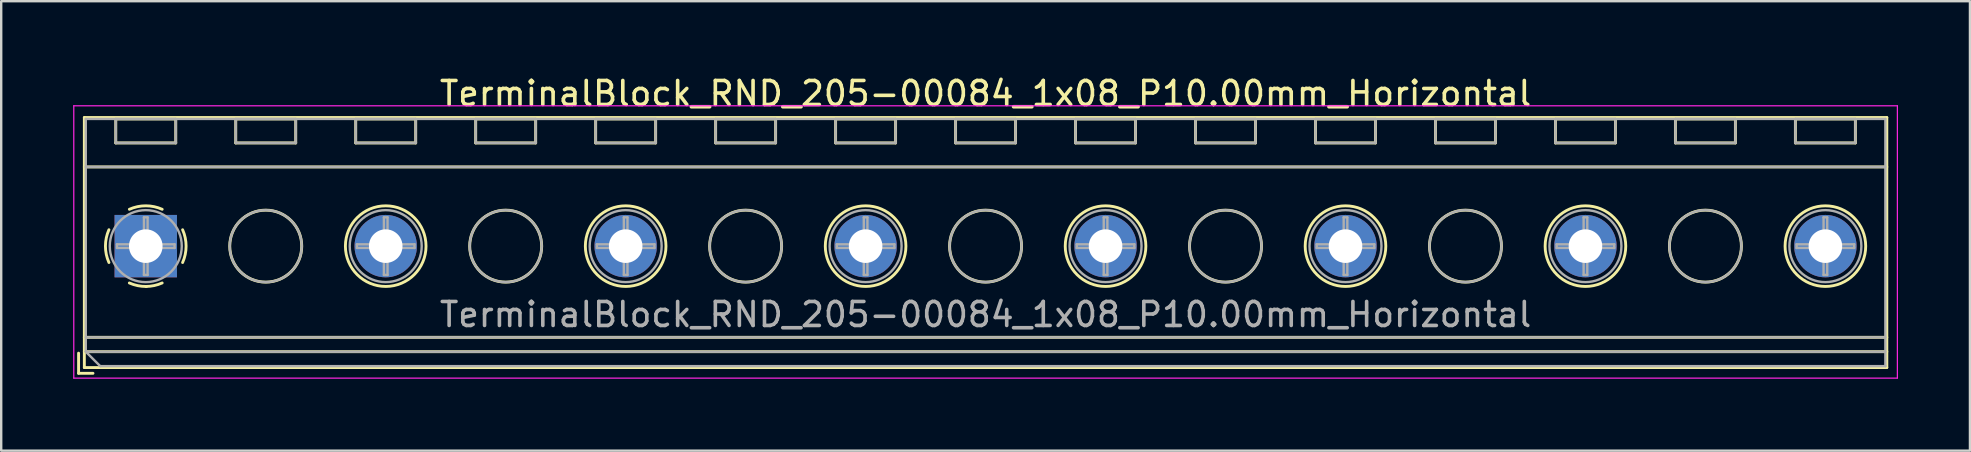
<source format=kicad_pcb>
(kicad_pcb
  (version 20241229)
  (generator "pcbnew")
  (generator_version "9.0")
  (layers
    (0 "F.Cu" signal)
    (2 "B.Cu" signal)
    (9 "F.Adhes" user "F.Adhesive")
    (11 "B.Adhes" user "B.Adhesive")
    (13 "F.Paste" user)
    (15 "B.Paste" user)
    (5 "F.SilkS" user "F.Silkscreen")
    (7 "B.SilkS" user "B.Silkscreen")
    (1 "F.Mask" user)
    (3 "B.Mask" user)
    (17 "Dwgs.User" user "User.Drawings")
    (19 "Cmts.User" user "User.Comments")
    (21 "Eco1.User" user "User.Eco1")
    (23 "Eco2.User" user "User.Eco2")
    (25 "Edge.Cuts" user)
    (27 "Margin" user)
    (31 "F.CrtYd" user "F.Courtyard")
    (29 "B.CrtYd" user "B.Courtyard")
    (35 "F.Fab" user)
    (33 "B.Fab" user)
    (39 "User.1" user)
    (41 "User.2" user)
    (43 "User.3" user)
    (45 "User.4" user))
  (footprint "TerminalBlock_RND_205-00084_1x08_P10.00mm_Horizontal"
    (layer "F.Cu")
    (at 3.025 7.208)
    (property "Reference" "TerminalBlock_RND_205-00084_1x08_P10.00mm_Horizontal" (at 35 -6.36 0) (layer "F.SilkS") (effects (font (size 1 1) (thickness 0.15))))
    (attr through_hole)
    (fp_line (start -2.8 4.46) (end -2.8 5.3) (stroke (width 0.12) (type solid)) (layer "F.SilkS"))
    (fp_line (start -2.8 5.3) (end -2.2 5.3) (stroke (width 0.12) (type solid)) (layer "F.SilkS"))
    (fp_line (start -2.56 -5.36) (end -2.56 5.06) (stroke (width 0.12) (type solid)) (layer "F.SilkS"))
    (fp_line (start -2.56 -5.36) (end 72.56 -5.36) (stroke (width 0.12) (type solid)) (layer "F.SilkS"))
    (fp_line (start -2.56 -3.301) (end 72.56 -3.301) (stroke (width 0.12) (type solid)) (layer "F.SilkS"))
    (fp_line (start -2.56 3.8) (end 72.56 3.8) (stroke (width 0.12) (type solid)) (layer "F.SilkS"))
    (fp_line (start -2.56 4.4) (end 72.56 4.4) (stroke (width 0.12) (type solid)) (layer "F.SilkS"))
    (fp_line (start -2.56 5.06) (end 72.56 5.06) (stroke (width 0.12) (type solid)) (layer "F.SilkS"))
    (fp_line (start -1.25 -5.301) (end -1.25 -4.301) (stroke (width 0.12) (type solid)) (layer "F.SilkS"))
    (fp_line (start -1.25 -5.301) (end 1.25 -5.301) (stroke (width 0.12) (type solid)) (layer "F.SilkS"))
    (fp_line (start -1.25 -4.301) (end 1.25 -4.301) (stroke (width 0.12) (type solid)) (layer "F.SilkS"))
    (fp_line (start 1.25 -5.301) (end 1.25 -4.301) (stroke (width 0.12) (type solid)) (layer "F.SilkS"))
    (fp_line (start 3.75 -5.301) (end 3.75 -4.301) (stroke (width 0.12) (type solid)) (layer "F.SilkS"))
    (fp_line (start 3.75 -5.301) (end 6.25 -5.301) (stroke (width 0.12) (type solid)) (layer "F.SilkS"))
    (fp_line (start 3.75 -4.301) (end 6.25 -4.301) (stroke (width 0.12) (type solid)) (layer "F.SilkS"))
    (fp_line (start 6.25 -5.301) (end 6.25 -4.301) (stroke (width 0.12) (type solid)) (layer "F.SilkS"))
    (fp_line (start 8.75 -5.301) (end 8.75 -4.301) (stroke (width 0.12) (type solid)) (layer "F.SilkS"))
    (fp_line (start 8.75 -5.301) (end 11.25 -5.301) (stroke (width 0.12) (type solid)) (layer "F.SilkS"))
    (fp_line (start 8.75 -4.301) (end 11.25 -4.301) (stroke (width 0.12) (type solid)) (layer "F.SilkS"))
    (fp_line (start 11.25 -5.301) (end 11.25 -4.301) (stroke (width 0.12) (type solid)) (layer "F.SilkS"))
    (fp_line (start 13.75 -5.301) (end 13.75 -4.301) (stroke (width 0.12) (type solid)) (layer "F.SilkS"))
    (fp_line (start 13.75 -5.301) (end 16.25 -5.301) (stroke (width 0.12) (type solid)) (layer "F.SilkS"))
    (fp_line (start 13.75 -4.301) (end 16.25 -4.301) (stroke (width 0.12) (type solid)) (layer "F.SilkS"))
    (fp_line (start 16.25 -5.301) (end 16.25 -4.301) (stroke (width 0.12) (type solid)) (layer "F.SilkS"))
    (fp_line (start 18.75 -5.301) (end 18.75 -4.301) (stroke (width 0.12) (type solid)) (layer "F.SilkS"))
    (fp_line (start 18.75 -5.301) (end 21.25 -5.301) (stroke (width 0.12) (type solid)) (layer "F.SilkS"))
    (fp_line (start 18.75 -4.301) (end 21.25 -4.301) (stroke (width 0.12) (type solid)) (layer "F.SilkS"))
    (fp_line (start 21.25 -5.301) (end 21.25 -4.301) (stroke (width 0.12) (type solid)) (layer "F.SilkS"))
    (fp_line (start 23.75 -5.301) (end 23.75 -4.301) (stroke (width 0.12) (type solid)) (layer "F.SilkS"))
    (fp_line (start 23.75 -5.301) (end 26.25 -5.301) (stroke (width 0.12) (type solid)) (layer "F.SilkS"))
    (fp_line (start 23.75 -4.301) (end 26.25 -4.301) (stroke (width 0.12) (type solid)) (layer "F.SilkS"))
    (fp_line (start 26.25 -5.301) (end 26.25 -4.301) (stroke (width 0.12) (type solid)) (layer "F.SilkS"))
    (fp_line (start 28.75 -5.301) (end 28.75 -4.301) (stroke (width 0.12) (type solid)) (layer "F.SilkS"))
    (fp_line (start 28.75 -5.301) (end 31.25 -5.301) (stroke (width 0.12) (type solid)) (layer "F.SilkS"))
    (fp_line (start 28.75 -4.301) (end 31.25 -4.301) (stroke (width 0.12) (type solid)) (layer "F.SilkS"))
    (fp_line (start 31.25 -5.301) (end 31.25 -4.301) (stroke (width 0.12) (type solid)) (layer "F.SilkS"))
    (fp_line (start 33.75 -5.301) (end 33.75 -4.301) (stroke (width 0.12) (type solid)) (layer "F.SilkS"))
    (fp_line (start 33.75 -5.301) (end 36.25 -5.301) (stroke (width 0.12) (type solid)) (layer "F.SilkS"))
    (fp_line (start 33.75 -4.301) (end 36.25 -4.301) (stroke (width 0.12) (type solid)) (layer "F.SilkS"))
    (fp_line (start 36.25 -5.301) (end 36.25 -4.301) (stroke (width 0.12) (type solid)) (layer "F.SilkS"))
    (fp_line (start 38.75 -5.301) (end 38.75 -4.301) (stroke (width 0.12) (type solid)) (layer "F.SilkS"))
    (fp_line (start 38.75 -5.301) (end 41.25 -5.301) (stroke (width 0.12) (type solid)) (layer "F.SilkS"))
    (fp_line (start 38.75 -4.301) (end 41.25 -4.301) (stroke (width 0.12) (type solid)) (layer "F.SilkS"))
    (fp_line (start 41.25 -5.301) (end 41.25 -4.301) (stroke (width 0.12) (type solid)) (layer "F.SilkS"))
    (fp_line (start 43.75 -5.301) (end 43.75 -4.301) (stroke (width 0.12) (type solid)) (layer "F.SilkS"))
    (fp_line (start 43.75 -5.301) (end 46.25 -5.301) (stroke (width 0.12) (type solid)) (layer "F.SilkS"))
    (fp_line (start 43.75 -4.301) (end 46.25 -4.301) (stroke (width 0.12) (type solid)) (layer "F.SilkS"))
    (fp_line (start 46.25 -5.301) (end 46.25 -4.301) (stroke (width 0.12) (type solid)) (layer "F.SilkS"))
    (fp_line (start 48.75 -5.301) (end 48.75 -4.301) (stroke (width 0.12) (type solid)) (layer "F.SilkS"))
    (fp_line (start 48.75 -5.301) (end 51.25 -5.301) (stroke (width 0.12) (type solid)) (layer "F.SilkS"))
    (fp_line (start 48.75 -4.301) (end 51.25 -4.301) (stroke (width 0.12) (type solid)) (layer "F.SilkS"))
    (fp_line (start 51.25 -5.301) (end 51.25 -4.301) (stroke (width 0.12) (type solid)) (layer "F.SilkS"))
    (fp_line (start 53.75 -5.301) (end 53.75 -4.301) (stroke (width 0.12) (type solid)) (layer "F.SilkS"))
    (fp_line (start 53.75 -5.301) (end 56.25 -5.301) (stroke (width 0.12) (type solid)) (layer "F.SilkS"))
    (fp_line (start 53.75 -4.301) (end 56.25 -4.301) (stroke (width 0.12) (type solid)) (layer "F.SilkS"))
    (fp_line (start 56.25 -5.301) (end 56.25 -4.301) (stroke (width 0.12) (type solid)) (layer "F.SilkS"))
    (fp_line (start 58.75 -5.301) (end 58.75 -4.301) (stroke (width 0.12) (type solid)) (layer "F.SilkS"))
    (fp_line (start 58.75 -5.301) (end 61.25 -5.301) (stroke (width 0.12) (type solid)) (layer "F.SilkS"))
    (fp_line (start 58.75 -4.301) (end 61.25 -4.301) (stroke (width 0.12) (type solid)) (layer "F.SilkS"))
    (fp_line (start 61.25 -5.301) (end 61.25 -4.301) (stroke (width 0.12) (type solid)) (layer "F.SilkS"))
    (fp_line (start 63.75 -5.301) (end 63.75 -4.301) (stroke (width 0.12) (type solid)) (layer "F.SilkS"))
    (fp_line (start 63.75 -5.301) (end 66.25 -5.301) (stroke (width 0.12) (type solid)) (layer "F.SilkS"))
    (fp_line (start 63.75 -4.301) (end 66.25 -4.301) (stroke (width 0.12) (type solid)) (layer "F.SilkS"))
    (fp_line (start 66.25 -5.301) (end 66.25 -4.301) (stroke (width 0.12) (type solid)) (layer "F.SilkS"))
    (fp_line (start 68.75 -5.301) (end 68.75 -4.301) (stroke (width 0.12) (type solid)) (layer "F.SilkS"))
    (fp_line (start 68.75 -5.301) (end 71.25 -5.301) (stroke (width 0.12) (type solid)) (layer "F.SilkS"))
    (fp_line (start 68.75 -4.301) (end 71.25 -4.301) (stroke (width 0.12) (type solid)) (layer "F.SilkS"))
    (fp_line (start 71.25 -5.301) (end 71.25 -4.301) (stroke (width 0.12) (type solid)) (layer "F.SilkS"))
    (fp_line (start 72.56 -5.36) (end 72.56 5.06) (stroke (width 0.12) (type solid)) (layer "F.SilkS"))
    (fp_arc (start -1.535427 0.683042) (mid -1.680501 -0.000524) (end -1.535 -0.684) (stroke (width 0.12) (type solid)) (layer "F.SilkS"))
    (fp_arc (start -0.683042 -1.535427) (mid 0.000524 -1.680501) (end 0.684 -1.535) (stroke (width 0.12) (type solid)) (layer "F.SilkS"))
    (fp_arc (start 0.028805 1.680253) (mid -0.335551 1.646659) (end -0.684 1.535) (stroke (width 0.12) (type solid)) (layer "F.SilkS"))
    (fp_arc (start 0.683318 1.534756) (mid 0.349292 1.643288) (end 0 1.68) (stroke (width 0.12) (type solid)) (layer "F.SilkS"))
    (fp_arc (start 1.535427 -0.683042) (mid 1.680501 0.000524) (end 1.535 0.684) (stroke (width 0.12) (type solid)) (layer "F.SilkS"))
    (fp_circle (center 5 0) (end 6.5 0) (stroke (width 0.12) (type solid)) (fill no) (layer "F.SilkS"))
    (fp_circle (center 10 0) (end 11.68 0) (stroke (width 0.12) (type solid)) (fill no) (layer "F.SilkS"))
    (fp_circle (center 15 0) (end 16.5 0) (stroke (width 0.12) (type solid)) (fill no) (layer "F.SilkS"))
    (fp_circle (center 20 0) (end 21.68 0) (stroke (width 0.12) (type solid)) (fill no) (layer "F.SilkS"))
    (fp_circle (center 25 0) (end 26.5 0) (stroke (width 0.12) (type solid)) (fill no) (layer "F.SilkS"))
    (fp_circle (center 30 0) (end 31.68 0) (stroke (width 0.12) (type solid)) (fill no) (layer "F.SilkS"))
    (fp_circle (center 35 0) (end 36.5 0) (stroke (width 0.12) (type solid)) (fill no) (layer "F.SilkS"))
    (fp_circle (center 40 0) (end 41.68 0) (stroke (width 0.12) (type solid)) (fill no) (layer "F.SilkS"))
    (fp_circle (center 45 0) (end 46.5 0) (stroke (width 0.12) (type solid)) (fill no) (layer "F.SilkS"))
    (fp_circle (center 50 0) (end 51.68 0) (stroke (width 0.12) (type solid)) (fill no) (layer "F.SilkS"))
    (fp_circle (center 55 0) (end 56.5 0) (stroke (width 0.12) (type solid)) (fill no) (layer "F.SilkS"))
    (fp_circle (center 60 0) (end 61.68 0) (stroke (width 0.12) (type solid)) (fill no) (layer "F.SilkS"))
    (fp_circle (center 65 0) (end 66.5 0) (stroke (width 0.12) (type solid)) (fill no) (layer "F.SilkS"))
    (fp_circle (center 70 0) (end 71.68 0) (stroke (width 0.12) (type solid)) (fill no) (layer "F.SilkS"))
    (fp_line (start -3 -5.85) (end -3 5.5) (stroke (width 0.05) (type solid)) (layer "F.CrtYd"))
    (fp_line (start -3 5.5) (end 73 5.5) (stroke (width 0.05) (type solid)) (layer "F.CrtYd"))
    (fp_line (start 73 -5.85) (end -3 -5.85) (stroke (width 0.05) (type solid)) (layer "F.CrtYd"))
    (fp_line (start 73 5.5) (end 73 -5.85) (stroke (width 0.05) (type solid)) (layer "F.CrtYd"))
    (fp_line (start -2.5 -5.3) (end 72.5 -5.3) (stroke (width 0.1) (type solid)) (layer "F.Fab"))
    (fp_line (start -2.5 -3.3) (end 72.5 -3.3) (stroke (width 0.1) (type solid)) (layer "F.Fab"))
    (fp_line (start -2.5 3.8) (end 72.5 3.8) (stroke (width 0.1) (type solid)) (layer "F.Fab"))
    (fp_line (start -2.5 4.4) (end -2.5 -5.3) (stroke (width 0.1) (type solid)) (layer "F.Fab"))
    (fp_line (start -2.5 4.4) (end 72.5 4.4) (stroke (width 0.1) (type solid)) (layer "F.Fab"))
    (fp_line (start -1.9 5) (end -2.5 4.4) (stroke (width 0.1) (type solid)) (layer "F.Fab"))
    (fp_line (start -1.25 -5.3) (end -1.25 -4.3) (stroke (width 0.1) (type solid)) (layer "F.Fab"))
    (fp_line (start -1.25 -4.3) (end 1.25 -4.3) (stroke (width 0.1) (type solid)) (layer "F.Fab"))
    (fp_line (start -1.201 -0.076) (end -0.076 -0.076) (stroke (width 0.1) (type solid)) (layer "F.Fab"))
    (fp_line (start -1.201 0.076) (end -1.201 -0.076) (stroke (width 0.1) (type solid)) (layer "F.Fab"))
    (fp_line (start -0.076 -1.201) (end 0.076 -1.201) (stroke (width 0.1) (type solid)) (layer "F.Fab"))
    (fp_line (start -0.076 -0.076) (end -0.076 -1.201) (stroke (width 0.1) (type solid)) (layer "F.Fab"))
    (fp_line (start -0.076 0.076) (end -1.201 0.076) (stroke (width 0.1) (type solid)) (layer "F.Fab"))
    (fp_line (start -0.076 1.201) (end -0.076 0.076) (stroke (width 0.1) (type solid)) (layer "F.Fab"))
    (fp_line (start 0.076 -1.201) (end 0.076 -0.076) (stroke (width 0.1) (type solid)) (layer "F.Fab"))
    (fp_line (start 0.076 -0.076) (end 1.201 -0.076) (stroke (width 0.1) (type solid)) (layer "F.Fab"))
    (fp_line (start 0.076 0.076) (end 0.076 1.201) (stroke (width 0.1) (type solid)) (layer "F.Fab"))
    (fp_line (start 0.076 1.201) (end -0.076 1.201) (stroke (width 0.1) (type solid)) (layer "F.Fab"))
    (fp_line (start 1.201 -0.076) (end 1.201 0.076) (stroke (width 0.1) (type solid)) (layer "F.Fab"))
    (fp_line (start 1.201 0.076) (end 0.076 0.076) (stroke (width 0.1) (type solid)) (layer "F.Fab"))
    (fp_line (start 1.25 -5.3) (end -1.25 -5.3) (stroke (width 0.1) (type solid)) (layer "F.Fab"))
    (fp_line (start 1.25 -4.3) (end 1.25 -5.3) (stroke (width 0.1) (type solid)) (layer "F.Fab"))
    (fp_line (start 3.75 -5.3) (end 3.75 -4.3) (stroke (width 0.1) (type solid)) (layer "F.Fab"))
    (fp_line (start 3.75 -4.3) (end 6.25 -4.3) (stroke (width 0.1) (type solid)) (layer "F.Fab"))
    (fp_line (start 6.25 -5.3) (end 3.75 -5.3) (stroke (width 0.1) (type solid)) (layer "F.Fab"))
    (fp_line (start 6.25 -4.3) (end 6.25 -5.3) (stroke (width 0.1) (type solid)) (layer "F.Fab"))
    (fp_line (start 8.75 -5.3) (end 8.75 -4.3) (stroke (width 0.1) (type solid)) (layer "F.Fab"))
    (fp_line (start 8.75 -4.3) (end 11.25 -4.3) (stroke (width 0.1) (type solid)) (layer "F.Fab"))
    (fp_line (start 8.799 -0.076) (end 9.924 -0.076) (stroke (width 0.1) (type solid)) (layer "F.Fab"))
    (fp_line (start 8.799 0.076) (end 8.799 -0.076) (stroke (width 0.1) (type solid)) (layer "F.Fab"))
    (fp_line (start 9.924 -1.201) (end 10.076 -1.201) (stroke (width 0.1) (type solid)) (layer "F.Fab"))
    (fp_line (start 9.924 -0.076) (end 9.924 -1.201) (stroke (width 0.1) (type solid)) (layer "F.Fab"))
    (fp_line (start 9.924 0.076) (end 8.799 0.076) (stroke (width 0.1) (type solid)) (layer "F.Fab"))
    (fp_line (start 9.924 1.201) (end 9.924 0.076) (stroke (width 0.1) (type solid)) (layer "F.Fab"))
    (fp_line (start 10.076 -1.201) (end 10.076 -0.076) (stroke (width 0.1) (type solid)) (layer "F.Fab"))
    (fp_line (start 10.076 -0.076) (end 11.201 -0.076) (stroke (width 0.1) (type solid)) (layer "F.Fab"))
    (fp_line (start 10.076 0.076) (end 10.076 1.201) (stroke (width 0.1) (type solid)) (layer "F.Fab"))
    (fp_line (start 10.076 1.201) (end 9.924 1.201) (stroke (width 0.1) (type solid)) (layer "F.Fab"))
    (fp_line (start 11.201 -0.076) (end 11.201 0.076) (stroke (width 0.1) (type solid)) (layer "F.Fab"))
    (fp_line (start 11.201 0.076) (end 10.076 0.076) (stroke (width 0.1) (type solid)) (layer "F.Fab"))
    (fp_line (start 11.25 -5.3) (end 8.75 -5.3) (stroke (width 0.1) (type solid)) (layer "F.Fab"))
    (fp_line (start 11.25 -4.3) (end 11.25 -5.3) (stroke (width 0.1) (type solid)) (layer "F.Fab"))
    (fp_line (start 13.75 -5.3) (end 13.75 -4.3) (stroke (width 0.1) (type solid)) (layer "F.Fab"))
    (fp_line (start 13.75 -4.3) (end 16.25 -4.3) (stroke (width 0.1) (type solid)) (layer "F.Fab"))
    (fp_line (start 16.25 -5.3) (end 13.75 -5.3) (stroke (width 0.1) (type solid)) (layer "F.Fab"))
    (fp_line (start 16.25 -4.3) (end 16.25 -5.3) (stroke (width 0.1) (type solid)) (layer "F.Fab"))
    (fp_line (start 18.75 -5.3) (end 18.75 -4.3) (stroke (width 0.1) (type solid)) (layer "F.Fab"))
    (fp_line (start 18.75 -4.3) (end 21.25 -4.3) (stroke (width 0.1) (type solid)) (layer "F.Fab"))
    (fp_line (start 18.799 -0.076) (end 19.924 -0.076) (stroke (width 0.1) (type solid)) (layer "F.Fab"))
    (fp_line (start 18.799 0.076) (end 18.799 -0.076) (stroke (width 0.1) (type solid)) (layer "F.Fab"))
    (fp_line (start 19.924 -1.201) (end 20.076 -1.201) (stroke (width 0.1) (type solid)) (layer "F.Fab"))
    (fp_line (start 19.924 -0.076) (end 19.924 -1.201) (stroke (width 0.1) (type solid)) (layer "F.Fab"))
    (fp_line (start 19.924 0.076) (end 18.799 0.076) (stroke (width 0.1) (type solid)) (layer "F.Fab"))
    (fp_line (start 19.924 1.201) (end 19.924 0.076) (stroke (width 0.1) (type solid)) (layer "F.Fab"))
    (fp_line (start 20.076 -1.201) (end 20.076 -0.076) (stroke (width 0.1) (type solid)) (layer "F.Fab"))
    (fp_line (start 20.076 -0.076) (end 21.201 -0.076) (stroke (width 0.1) (type solid)) (layer "F.Fab"))
    (fp_line (start 20.076 0.076) (end 20.076 1.201) (stroke (width 0.1) (type solid)) (layer "F.Fab"))
    (fp_line (start 20.076 1.201) (end 19.924 1.201) (stroke (width 0.1) (type solid)) (layer "F.Fab"))
    (fp_line (start 21.201 -0.076) (end 21.201 0.076) (stroke (width 0.1) (type solid)) (layer "F.Fab"))
    (fp_line (start 21.201 0.076) (end 20.076 0.076) (stroke (width 0.1) (type solid)) (layer "F.Fab"))
    (fp_line (start 21.25 -5.3) (end 18.75 -5.3) (stroke (width 0.1) (type solid)) (layer "F.Fab"))
    (fp_line (start 21.25 -4.3) (end 21.25 -5.3) (stroke (width 0.1) (type solid)) (layer "F.Fab"))
    (fp_line (start 23.75 -5.3) (end 23.75 -4.3) (stroke (width 0.1) (type solid)) (layer "F.Fab"))
    (fp_line (start 23.75 -4.3) (end 26.25 -4.3) (stroke (width 0.1) (type solid)) (layer "F.Fab"))
    (fp_line (start 26.25 -5.3) (end 23.75 -5.3) (stroke (width 0.1) (type solid)) (layer "F.Fab"))
    (fp_line (start 26.25 -4.3) (end 26.25 -5.3) (stroke (width 0.1) (type solid)) (layer "F.Fab"))
    (fp_line (start 28.75 -5.3) (end 28.75 -4.3) (stroke (width 0.1) (type solid)) (layer "F.Fab"))
    (fp_line (start 28.75 -4.3) (end 31.25 -4.3) (stroke (width 0.1) (type solid)) (layer "F.Fab"))
    (fp_line (start 28.799 -0.076) (end 29.924 -0.076) (stroke (width 0.1) (type solid)) (layer "F.Fab"))
    (fp_line (start 28.799 0.076) (end 28.799 -0.076) (stroke (width 0.1) (type solid)) (layer "F.Fab"))
    (fp_line (start 29.924 -1.201) (end 30.076 -1.201) (stroke (width 0.1) (type solid)) (layer "F.Fab"))
    (fp_line (start 29.924 -0.076) (end 29.924 -1.201) (stroke (width 0.1) (type solid)) (layer "F.Fab"))
    (fp_line (start 29.924 0.076) (end 28.799 0.076) (stroke (width 0.1) (type solid)) (layer "F.Fab"))
    (fp_line (start 29.924 1.201) (end 29.924 0.076) (stroke (width 0.1) (type solid)) (layer "F.Fab"))
    (fp_line (start 30.076 -1.201) (end 30.076 -0.076) (stroke (width 0.1) (type solid)) (layer "F.Fab"))
    (fp_line (start 30.076 -0.076) (end 31.201 -0.076) (stroke (width 0.1) (type solid)) (layer "F.Fab"))
    (fp_line (start 30.076 0.076) (end 30.076 1.201) (stroke (width 0.1) (type solid)) (layer "F.Fab"))
    (fp_line (start 30.076 1.201) (end 29.924 1.201) (stroke (width 0.1) (type solid)) (layer "F.Fab"))
    (fp_line (start 31.201 -0.076) (end 31.201 0.076) (stroke (width 0.1) (type solid)) (layer "F.Fab"))
    (fp_line (start 31.201 0.076) (end 30.076 0.076) (stroke (width 0.1) (type solid)) (layer "F.Fab"))
    (fp_line (start 31.25 -5.3) (end 28.75 -5.3) (stroke (width 0.1) (type solid)) (layer "F.Fab"))
    (fp_line (start 31.25 -4.3) (end 31.25 -5.3) (stroke (width 0.1) (type solid)) (layer "F.Fab"))
    (fp_line (start 33.75 -5.3) (end 33.75 -4.3) (stroke (width 0.1) (type solid)) (layer "F.Fab"))
    (fp_line (start 33.75 -4.3) (end 36.25 -4.3) (stroke (width 0.1) (type solid)) (layer "F.Fab"))
    (fp_line (start 36.25 -5.3) (end 33.75 -5.3) (stroke (width 0.1) (type solid)) (layer "F.Fab"))
    (fp_line (start 36.25 -4.3) (end 36.25 -5.3) (stroke (width 0.1) (type solid)) (layer "F.Fab"))
    (fp_line (start 38.75 -5.3) (end 38.75 -4.3) (stroke (width 0.1) (type solid)) (layer "F.Fab"))
    (fp_line (start 38.75 -4.3) (end 41.25 -4.3) (stroke (width 0.1) (type solid)) (layer "F.Fab"))
    (fp_line (start 38.799 -0.076) (end 39.924 -0.076) (stroke (width 0.1) (type solid)) (layer "F.Fab"))
    (fp_line (start 38.799 0.076) (end 38.799 -0.076) (stroke (width 0.1) (type solid)) (layer "F.Fab"))
    (fp_line (start 39.924 -1.201) (end 40.076 -1.201) (stroke (width 0.1) (type solid)) (layer "F.Fab"))
    (fp_line (start 39.924 -0.076) (end 39.924 -1.201) (stroke (width 0.1) (type solid)) (layer "F.Fab"))
    (fp_line (start 39.924 0.076) (end 38.799 0.076) (stroke (width 0.1) (type solid)) (layer "F.Fab"))
    (fp_line (start 39.924 1.201) (end 39.924 0.076) (stroke (width 0.1) (type solid)) (layer "F.Fab"))
    (fp_line (start 40.076 -1.201) (end 40.076 -0.076) (stroke (width 0.1) (type solid)) (layer "F.Fab"))
    (fp_line (start 40.076 -0.076) (end 41.201 -0.076) (stroke (width 0.1) (type solid)) (layer "F.Fab"))
    (fp_line (start 40.076 0.076) (end 40.076 1.201) (stroke (width 0.1) (type solid)) (layer "F.Fab"))
    (fp_line (start 40.076 1.201) (end 39.924 1.201) (stroke (width 0.1) (type solid)) (layer "F.Fab"))
    (fp_line (start 41.201 -0.076) (end 41.201 0.076) (stroke (width 0.1) (type solid)) (layer "F.Fab"))
    (fp_line (start 41.201 0.076) (end 40.076 0.076) (stroke (width 0.1) (type solid)) (layer "F.Fab"))
    (fp_line (start 41.25 -5.3) (end 38.75 -5.3) (stroke (width 0.1) (type solid)) (layer "F.Fab"))
    (fp_line (start 41.25 -4.3) (end 41.25 -5.3) (stroke (width 0.1) (type solid)) (layer "F.Fab"))
    (fp_line (start 43.75 -5.3) (end 43.75 -4.3) (stroke (width 0.1) (type solid)) (layer "F.Fab"))
    (fp_line (start 43.75 -4.3) (end 46.25 -4.3) (stroke (width 0.1) (type solid)) (layer "F.Fab"))
    (fp_line (start 46.25 -5.3) (end 43.75 -5.3) (stroke (width 0.1) (type solid)) (layer "F.Fab"))
    (fp_line (start 46.25 -4.3) (end 46.25 -5.3) (stroke (width 0.1) (type solid)) (layer "F.Fab"))
    (fp_line (start 48.75 -5.3) (end 48.75 -4.3) (stroke (width 0.1) (type solid)) (layer "F.Fab"))
    (fp_line (start 48.75 -4.3) (end 51.25 -4.3) (stroke (width 0.1) (type solid)) (layer "F.Fab"))
    (fp_line (start 48.799 -0.076) (end 49.924 -0.076) (stroke (width 0.1) (type solid)) (layer "F.Fab"))
    (fp_line (start 48.799 0.076) (end 48.799 -0.076) (stroke (width 0.1) (type solid)) (layer "F.Fab"))
    (fp_line (start 49.924 -1.201) (end 50.076 -1.201) (stroke (width 0.1) (type solid)) (layer "F.Fab"))
    (fp_line (start 49.924 -0.076) (end 49.924 -1.201) (stroke (width 0.1) (type solid)) (layer "F.Fab"))
    (fp_line (start 49.924 0.076) (end 48.799 0.076) (stroke (width 0.1) (type solid)) (layer "F.Fab"))
    (fp_line (start 49.924 1.201) (end 49.924 0.076) (stroke (width 0.1) (type solid)) (layer "F.Fab"))
    (fp_line (start 50.076 -1.201) (end 50.076 -0.076) (stroke (width 0.1) (type solid)) (layer "F.Fab"))
    (fp_line (start 50.076 -0.076) (end 51.201 -0.076) (stroke (width 0.1) (type solid)) (layer "F.Fab"))
    (fp_line (start 50.076 0.076) (end 50.076 1.201) (stroke (width 0.1) (type solid)) (layer "F.Fab"))
    (fp_line (start 50.076 1.201) (end 49.924 1.201) (stroke (width 0.1) (type solid)) (layer "F.Fab"))
    (fp_line (start 51.201 -0.076) (end 51.201 0.076) (stroke (width 0.1) (type solid)) (layer "F.Fab"))
    (fp_line (start 51.201 0.076) (end 50.076 0.076) (stroke (width 0.1) (type solid)) (layer "F.Fab"))
    (fp_line (start 51.25 -5.3) (end 48.75 -5.3) (stroke (width 0.1) (type solid)) (layer "F.Fab"))
    (fp_line (start 51.25 -4.3) (end 51.25 -5.3) (stroke (width 0.1) (type solid)) (layer "F.Fab"))
    (fp_line (start 53.75 -5.3) (end 53.75 -4.3) (stroke (width 0.1) (type solid)) (layer "F.Fab"))
    (fp_line (start 53.75 -4.3) (end 56.25 -4.3) (stroke (width 0.1) (type solid)) (layer "F.Fab"))
    (fp_line (start 56.25 -5.3) (end 53.75 -5.3) (stroke (width 0.1) (type solid)) (layer "F.Fab"))
    (fp_line (start 56.25 -4.3) (end 56.25 -5.3) (stroke (width 0.1) (type solid)) (layer "F.Fab"))
    (fp_line (start 58.75 -5.3) (end 58.75 -4.3) (stroke (width 0.1) (type solid)) (layer "F.Fab"))
    (fp_line (start 58.75 -4.3) (end 61.25 -4.3) (stroke (width 0.1) (type solid)) (layer "F.Fab"))
    (fp_line (start 58.799 -0.076) (end 59.924 -0.076) (stroke (width 0.1) (type solid)) (layer "F.Fab"))
    (fp_line (start 58.799 0.076) (end 58.799 -0.076) (stroke (width 0.1) (type solid)) (layer "F.Fab"))
    (fp_line (start 59.924 -1.201) (end 60.076 -1.201) (stroke (width 0.1) (type solid)) (layer "F.Fab"))
    (fp_line (start 59.924 -0.076) (end 59.924 -1.201) (stroke (width 0.1) (type solid)) (layer "F.Fab"))
    (fp_line (start 59.924 0.076) (end 58.799 0.076) (stroke (width 0.1) (type solid)) (layer "F.Fab"))
    (fp_line (start 59.924 1.201) (end 59.924 0.076) (stroke (width 0.1) (type solid)) (layer "F.Fab"))
    (fp_line (start 60.076 -1.201) (end 60.076 -0.076) (stroke (width 0.1) (type solid)) (layer "F.Fab"))
    (fp_line (start 60.076 -0.076) (end 61.201 -0.076) (stroke (width 0.1) (type solid)) (layer "F.Fab"))
    (fp_line (start 60.076 0.076) (end 60.076 1.201) (stroke (width 0.1) (type solid)) (layer "F.Fab"))
    (fp_line (start 60.076 1.201) (end 59.924 1.201) (stroke (width 0.1) (type solid)) (layer "F.Fab"))
    (fp_line (start 61.201 -0.076) (end 61.201 0.076) (stroke (width 0.1) (type solid)) (layer "F.Fab"))
    (fp_line (start 61.201 0.076) (end 60.076 0.076) (stroke (width 0.1) (type solid)) (layer "F.Fab"))
    (fp_line (start 61.25 -5.3) (end 58.75 -5.3) (stroke (width 0.1) (type solid)) (layer "F.Fab"))
    (fp_line (start 61.25 -4.3) (end 61.25 -5.3) (stroke (width 0.1) (type solid)) (layer "F.Fab"))
    (fp_line (start 63.75 -5.3) (end 63.75 -4.3) (stroke (width 0.1) (type solid)) (layer "F.Fab"))
    (fp_line (start 63.75 -4.3) (end 66.25 -4.3) (stroke (width 0.1) (type solid)) (layer "F.Fab"))
    (fp_line (start 66.25 -5.3) (end 63.75 -5.3) (stroke (width 0.1) (type solid)) (layer "F.Fab"))
    (fp_line (start 66.25 -4.3) (end 66.25 -5.3) (stroke (width 0.1) (type solid)) (layer "F.Fab"))
    (fp_line (start 68.75 -5.3) (end 68.75 -4.3) (stroke (width 0.1) (type solid)) (layer "F.Fab"))
    (fp_line (start 68.75 -4.3) (end 71.25 -4.3) (stroke (width 0.1) (type solid)) (layer "F.Fab"))
    (fp_line (start 68.799 -0.076) (end 69.924 -0.076) (stroke (width 0.1) (type solid)) (layer "F.Fab"))
    (fp_line (start 68.799 0.076) (end 68.799 -0.076) (stroke (width 0.1) (type solid)) (layer "F.Fab"))
    (fp_line (start 69.924 -1.201) (end 70.076 -1.201) (stroke (width 0.1) (type solid)) (layer "F.Fab"))
    (fp_line (start 69.924 -0.076) (end 69.924 -1.201) (stroke (width 0.1) (type solid)) (layer "F.Fab"))
    (fp_line (start 69.924 0.076) (end 68.799 0.076) (stroke (width 0.1) (type solid)) (layer "F.Fab"))
    (fp_line (start 69.924 1.201) (end 69.924 0.076) (stroke (width 0.1) (type solid)) (layer "F.Fab"))
    (fp_line (start 70.076 -1.201) (end 70.076 -0.076) (stroke (width 0.1) (type solid)) (layer "F.Fab"))
    (fp_line (start 70.076 -0.076) (end 71.201 -0.076) (stroke (width 0.1) (type solid)) (layer "F.Fab"))
    (fp_line (start 70.076 0.076) (end 70.076 1.201) (stroke (width 0.1) (type solid)) (layer "F.Fab"))
    (fp_line (start 70.076 1.201) (end 69.924 1.201) (stroke (width 0.1) (type solid)) (layer "F.Fab"))
    (fp_line (start 71.201 -0.076) (end 71.201 0.076) (stroke (width 0.1) (type solid)) (layer "F.Fab"))
    (fp_line (start 71.201 0.076) (end 70.076 0.076) (stroke (width 0.1) (type solid)) (layer "F.Fab"))
    (fp_line (start 71.25 -5.3) (end 68.75 -5.3) (stroke (width 0.1) (type solid)) (layer "F.Fab"))
    (fp_line (start 71.25 -4.3) (end 71.25 -5.3) (stroke (width 0.1) (type solid)) (layer "F.Fab"))
    (fp_line (start 72.5 -5.3) (end 72.5 5) (stroke (width 0.1) (type solid)) (layer "F.Fab"))
    (fp_line (start 72.5 5) (end -1.9 5) (stroke (width 0.1) (type solid)) (layer "F.Fab"))
    (fp_circle (center 0 0) (end 1.5 0) (stroke (width 0.1) (type solid)) (fill no) (layer "F.Fab"))
    (fp_circle (center 5 0) (end 6.5 0) (stroke (width 0.1) (type solid)) (fill no) (layer "F.Fab"))
    (fp_circle (center 10 0) (end 11.5 0) (stroke (width 0.1) (type solid)) (fill no) (layer "F.Fab"))
    (fp_circle (center 15 0) (end 16.5 0) (stroke (width 0.1) (type solid)) (fill no) (layer "F.Fab"))
    (fp_circle (center 20 0) (end 21.5 0) (stroke (width 0.1) (type solid)) (fill no) (layer "F.Fab"))
    (fp_circle (center 25 0) (end 26.5 0) (stroke (width 0.1) (type solid)) (fill no) (layer "F.Fab"))
    (fp_circle (center 30 0) (end 31.5 0) (stroke (width 0.1) (type solid)) (fill no) (layer "F.Fab"))
    (fp_circle (center 35 0) (end 36.5 0) (stroke (width 0.1) (type solid)) (fill no) (layer "F.Fab"))
    (fp_circle (center 40 0) (end 41.5 0) (stroke (width 0.1) (type solid)) (fill no) (layer "F.Fab"))
    (fp_circle (center 45 0) (end 46.5 0) (stroke (width 0.1) (type solid)) (fill no) (layer "F.Fab"))
    (fp_circle (center 50 0) (end 51.5 0) (stroke (width 0.1) (type solid)) (fill no) (layer "F.Fab"))
    (fp_circle (center 55 0) (end 56.5 0) (stroke (width 0.1) (type solid)) (fill no) (layer "F.Fab"))
    (fp_circle (center 60 0) (end 61.5 0) (stroke (width 0.1) (type solid)) (fill no) (layer "F.Fab"))
    (fp_circle (center 65 0) (end 66.5 0) (stroke (width 0.1) (type solid)) (fill no) (layer "F.Fab"))
    (fp_circle (center 70 0) (end 71.5 0) (stroke (width 0.1) (type solid)) (fill no) (layer "F.Fab"))
    (fp_text user "${REFERENCE}" (at 35 2.85 0) (layer "F.Fab") (effects (font (size 1 1) (thickness 0.15))))
    (pad "1" thru_hole rect (at 0 0) (size 2.6 2.6) (drill 1.4) (layers "*.Cu" "*.Mask"))
    (pad "2" thru_hole circle (at 10 0) (size 2.6 2.6) (drill 1.4) (layers "*.Cu" "*.Mask"))
    (pad "3" thru_hole circle (at 20 0) (size 2.6 2.6) (drill 1.4) (layers "*.Cu" "*.Mask"))
    (pad "4" thru_hole circle (at 30 0) (size 2.6 2.6) (drill 1.4) (layers "*.Cu" "*.Mask"))
    (pad "5" thru_hole circle (at 40 0) (size 2.6 2.6) (drill 1.4) (layers "*.Cu" "*.Mask"))
    (pad "6" thru_hole circle (at 50 0) (size 2.6 2.6) (drill 1.4) (layers "*.Cu" "*.Mask"))
    (pad "7" thru_hole circle (at 60 0) (size 2.6 2.6) (drill 1.4) (layers "*.Cu" "*.Mask"))
    (pad "8" thru_hole circle (at 70 0) (size 2.6 2.6) (drill 1.4) (layers "*.Cu" "*.Mask")))
  (gr_rect
    (start -3 -3)
    (end 79.05 15.733)
    (stroke (width 0.1) (type default))
    (fill no)
    (layer "Edge.Cuts")))
</source>
